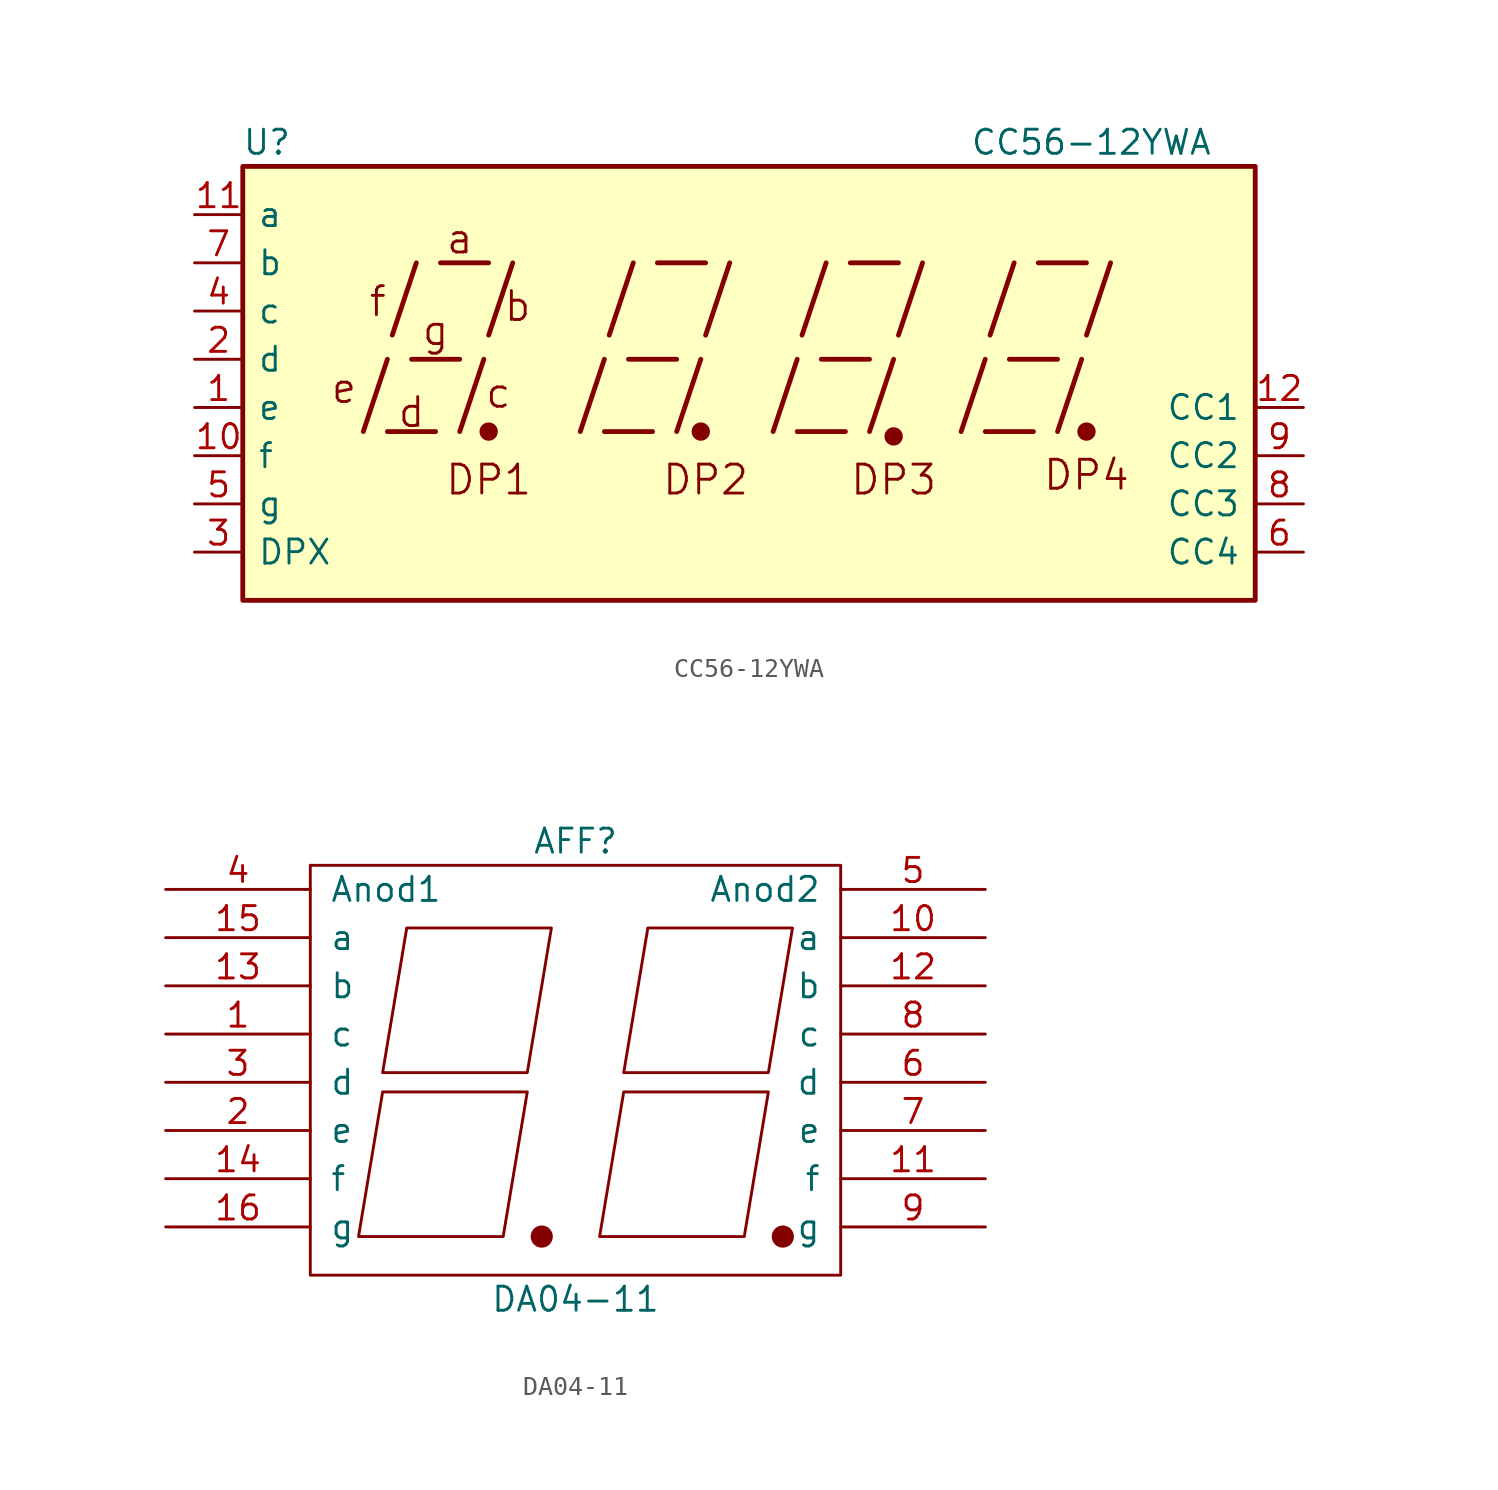
<source format=kicad_sym>
(kicad_symbol_lib
  (version 20231120)
  (generator "kicad_symbol_editor")
  (generator_version "8.0")
  (symbol "CC56-12YWA"
    (pin_names
      (offset 0.762))
    (property "Reference" "U"
      (at -24.13 11.43 0)
      (effects (font (size 1.27 1.27))))
    (property "Value" "CC56-12YWA"
      (at 19.304 11.43 0)
      (effects (font (size 1.27 1.27))))
    (symbol "CC56-12YWA_0_0"
      (rectangle (start -25.4 10.16) (end 27.94 -12.7) (stroke (width 0.254) (type default)) (fill (type background)))
      (polyline (pts (xy -19.05 -3.81) (xy -17.78 0)) (stroke (width 0.254) (type default)) (fill (type none)))
      (polyline (pts (xy -17.78 -3.81) (xy -15.24 -3.81)) (stroke (width 0.254) (type default)) (fill (type none)))
      (polyline (pts (xy -17.526 1.27) (xy -16.256 5.08)) (stroke (width 0.254) (type default)) (fill (type none)))
      (polyline (pts (xy -16.51 0) (xy -13.97 0)) (stroke (width 0.254) (type default)) (fill (type none)))
      (polyline (pts (xy -14.986 5.08) (xy -12.446 5.08)) (stroke (width 0.254) (type default)) (fill (type none)))
      (polyline (pts (xy -13.97 -3.81) (xy -12.7 0)) (stroke (width 0.254) (type default)) (fill (type none)))
      (polyline (pts (xy -12.446 1.27) (xy -11.176 5.08)) (stroke (width 0.254) (type default)) (fill (type none)))
      (polyline (pts (xy -7.62 -3.81) (xy -6.35 0)) (stroke (width 0.254) (type default)) (fill (type none)))
      (polyline (pts (xy -6.35 -3.81) (xy -3.81 -3.81)) (stroke (width 0.254) (type default)) (fill (type none)))
      (polyline (pts (xy -6.096 1.27) (xy -4.826 5.08)) (stroke (width 0.254) (type default)) (fill (type none)))
      (polyline (pts (xy -5.08 0) (xy -2.54 0)) (stroke (width 0.254) (type default)) (fill (type none)))
      (polyline (pts (xy -3.556 5.08) (xy -1.016 5.08)) (stroke (width 0.254) (type default)) (fill (type none)))
      (polyline (pts (xy -2.54 -3.81) (xy -1.27 0)) (stroke (width 0.254) (type default)) (fill (type none)))
      (polyline (pts (xy -1.016 1.27) (xy 0.254 5.08)) (stroke (width 0.254) (type default)) (fill (type none)))
      (polyline (pts (xy 2.54 -3.81) (xy 3.81 0)) (stroke (width 0.254) (type default)) (fill (type none)))
      (polyline (pts (xy 3.81 -3.81) (xy 6.35 -3.81)) (stroke (width 0.254) (type default)) (fill (type none)))
      (polyline (pts (xy 4.064 1.27) (xy 5.334 5.08)) (stroke (width 0.254) (type default)) (fill (type none)))
      (polyline (pts (xy 5.08 0) (xy 7.62 0)) (stroke (width 0.254) (type default)) (fill (type none)))
      (polyline (pts (xy 6.604 5.08) (xy 9.144 5.08)) (stroke (width 0.254) (type default)) (fill (type none)))
      (polyline (pts (xy 7.62 -3.81) (xy 8.89 0)) (stroke (width 0.254) (type default)) (fill (type none)))
      (polyline (pts (xy 9.144 1.27) (xy 10.414 5.08)) (stroke (width 0.254) (type default)) (fill (type none)))
      (polyline (pts (xy 12.446 -3.81) (xy 13.716 0)) (stroke (width 0.254) (type default)) (fill (type none)))
      (polyline (pts (xy 13.716 -3.81) (xy 16.256 -3.81)) (stroke (width 0.254) (type default)) (fill (type none)))
      (polyline (pts (xy 13.97 1.27) (xy 15.24 5.08)) (stroke (width 0.254) (type default)) (fill (type none)))
      (polyline (pts (xy 14.986 0) (xy 17.526 0)) (stroke (width 0.254) (type default)) (fill (type none)))
      (polyline (pts (xy 16.51 5.08) (xy 19.05 5.08)) (stroke (width 0.254) (type default)) (fill (type none)))
      (polyline (pts (xy 17.526 -3.81) (xy 18.796 0)) (stroke (width 0.254) (type default)) (fill (type none)))
      (polyline (pts (xy 19.05 1.27) (xy 20.32 5.08)) (stroke (width 0.254) (type default)) (fill (type none)))
      (text "a" (at -13.97 6.35 0) (effects (font (size 1.524 1.524))))
      (text "b" (at -10.922 2.794 0) (effects (font (size 1.524 1.524))))
      (text "c" (at -11.938 -1.778 0) (effects (font (size 1.524 1.524))))
      (text "d" (at -16.51 -2.794 0) (effects (font (size 1.524 1.524))))
      (text "DP1" (at -12.446 -6.35 0) (effects (font (size 1.524 1.524))))
      (text "DP2" (at -1.016 -6.35 0) (effects (font (size 1.524 1.524))))
      (text "DP3" (at 8.89 -6.35 0) (effects (font (size 1.524 1.524))))
      (text "DP4" (at 19.05 -6.096 0) (effects (font (size 1.524 1.524))))
      (text "e" (at -20.066 -1.524 0) (effects (font (size 1.524 1.524))))
      (text "f" (at -18.288 3.048 0) (effects (font (size 1.524 1.524))))
      (text "g" (at -15.24 1.524 0) (effects (font (size 1.524 1.524)))))
    (symbol "CC56-12YWA_0_1"
      (circle (center -12.446 -3.81) (radius 0.356) (stroke (width 0.254) (type default)) (fill (type outline)))
      (circle (center -1.27 -3.81) (radius 0.356) (stroke (width 0.254) (type default)) (fill (type outline))))
    (symbol "CC56-12YWA_1_0"
      (circle (center 8.89 -4.064) (radius 0.356) (stroke (width 0.254) (type default)) (fill (type outline)))
      (circle (center 19.05 -3.81) (radius 0.356) (stroke (width 0.254) (type default)) (fill (type outline))))
    (symbol "CC56-12YWA_1_1"
      (pin input line (at -27.94 -2.54 0) (length 2.54) (name "e" (effects (font (size 1.27 1.27)))) (number "1" (effects (font (size 1.27 1.27)))))
      (pin input line (at -27.94 -5.08 0) (length 2.54) (name "f" (effects (font (size 1.27 1.27)))) (number "10" (effects (font (size 1.27 1.27)))))
      (pin input line (at -27.94 7.62 0) (length 2.54) (name "a" (effects (font (size 1.27 1.27)))) (number "11" (effects (font (size 1.27 1.27)))))
      (pin input line (at 30.48 -2.54 180) (length 2.54) (name "CC1" (effects (font (size 1.27 1.27)))) (number "12" (effects (font (size 1.27 1.27)))))
      (pin input line (at -27.94 0 0) (length 2.54) (name "d" (effects (font (size 1.27 1.27)))) (number "2" (effects (font (size 1.27 1.27)))))
      (pin input line (at -27.94 -10.16 0) (length 2.54) (name "DPX" (effects (font (size 1.27 1.27)))) (number "3" (effects (font (size 1.27 1.27)))))
      (pin input line (at -27.94 2.54 0) (length 2.54) (name "c" (effects (font (size 1.27 1.27)))) (number "4" (effects (font (size 1.27 1.27)))))
      (pin input line (at -27.94 -7.62 0) (length 2.54) (name "g" (effects (font (size 1.27 1.27)))) (number "5" (effects (font (size 1.27 1.27)))))
      (pin input line (at 30.48 -10.16 180) (length 2.54) (name "CC4" (effects (font (size 1.27 1.27)))) (number "6" (effects (font (size 1.27 1.27)))))
      (pin input line (at -27.94 5.08 0) (length 2.54) (name "b" (effects (font (size 1.27 1.27)))) (number "7" (effects (font (size 1.27 1.27)))))
      (pin input line (at 30.48 -7.62 180) (length 2.54) (name "CC3" (effects (font (size 1.27 1.27)))) (number "8" (effects (font (size 1.27 1.27)))))
      (pin input line (at 30.48 -5.08 180) (length 2.54) (name "CC2" (effects (font (size 1.27 1.27)))) (number "9" (effects (font (size 1.27 1.27)))))))
  (symbol "DA04-11"
    (pin_names
      (offset 1.016))
    (property "Reference" "AFF"
      (at 0 12.7 0)
      (effects (font (size 1.27 1.27))))
    (property "Value" "DA04-11"
      (at 0 -11.43 0)
      (effects (font (size 1.27 1.27))))
    (symbol "DA04-11_0_1"
      (circle (center -1.778 -8.128) (radius 0.508) (stroke (width 0) (type default)) (fill (type outline)))
      (polyline (pts (xy -10.16 -0.508) (xy -2.54 -0.508) (xy -3.81 -8.128) (xy -11.43 -8.128) (xy -10.16 -0.508) (xy -10.16 -0.508)) (stroke (width 0) (type default)) (fill (type none)))
      (polyline (pts (xy -8.89 8.128) (xy -1.27 8.128) (xy -2.54 0.508) (xy -10.16 0.508) (xy -8.89 8.128) (xy -8.89 8.128)) (stroke (width 0) (type default)) (fill (type none)))
      (polyline (pts (xy 2.54 -0.508) (xy 10.16 -0.508) (xy 8.89 -8.128) (xy 1.27 -8.128) (xy 2.54 -0.508) (xy 2.54 -0.508)) (stroke (width 0) (type default)) (fill (type none)))
      (polyline (pts (xy 3.81 8.128) (xy 11.43 8.128) (xy 10.16 0.508) (xy 2.54 0.508) (xy 3.81 8.128) (xy 3.81 8.128)) (stroke (width 0) (type default)) (fill (type none)))
      (circle (center 10.922 -8.128) (radius 0.508) (stroke (width 0) (type default)) (fill (type outline)))
      (rectangle (start 13.97 -10.16) (end -13.97 11.43) (stroke (width 0) (type default)) (fill (type none))))
    (symbol "DA04-11_1_1"
      (pin input line (at -21.59 2.54 0) (length 7.62) (name "c" (effects (font (size 1.27 1.27)))) (number "1" (effects (font (size 1.27 1.27)))))
      (pin input line (at 21.59 7.62 180) (length 7.62) (name "a" (effects (font (size 1.27 1.27)))) (number "10" (effects (font (size 1.27 1.27)))))
      (pin input line (at 21.59 -5.08 180) (length 7.62) (name "f" (effects (font (size 1.27 1.27)))) (number "11" (effects (font (size 1.27 1.27)))))
      (pin input line (at 21.59 5.08 180) (length 7.62) (name "b" (effects (font (size 1.27 1.27)))) (number "12" (effects (font (size 1.27 1.27)))))
      (pin input line (at -21.59 5.08 0) (length 7.62) (name "b" (effects (font (size 1.27 1.27)))) (number "13" (effects (font (size 1.27 1.27)))))
      (pin input line (at -21.59 -5.08 0) (length 7.62) (name "f" (effects (font (size 1.27 1.27)))) (number "14" (effects (font (size 1.27 1.27)))))
      (pin input line (at -21.59 7.62 0) (length 7.62) (name "a" (effects (font (size 1.27 1.27)))) (number "15" (effects (font (size 1.27 1.27)))))
      (pin input line (at -21.59 -7.62 0) (length 7.62) (name "g" (effects (font (size 1.27 1.27)))) (number "16" (effects (font (size 1.27 1.27)))))
      (pin input line (at -21.59 -2.54 0) (length 7.62) (name "e" (effects (font (size 1.27 1.27)))) (number "2" (effects (font (size 1.27 1.27)))))
      (pin input line (at -21.59 0 0) (length 7.62) (name "d" (effects (font (size 1.27 1.27)))) (number "3" (effects (font (size 1.27 1.27)))))
      (pin input line (at -21.59 10.16 0) (length 7.62) (name "Anod1" (effects (font (size 1.27 1.27)))) (number "4" (effects (font (size 1.27 1.27)))))
      (pin input line (at 21.59 10.16 180) (length 7.62) (name "Anod2" (effects (font (size 1.27 1.27)))) (number "5" (effects (font (size 1.27 1.27)))))
      (pin input line (at 21.59 0 180) (length 7.62) (name "d" (effects (font (size 1.27 1.27)))) (number "6" (effects (font (size 1.27 1.27)))))
      (pin input line (at 21.59 -2.54 180) (length 7.62) (name "e" (effects (font (size 1.27 1.27)))) (number "7" (effects (font (size 1.27 1.27)))))
      (pin input line (at 21.59 2.54 180) (length 7.62) (name "c" (effects (font (size 1.27 1.27)))) (number "8" (effects (font (size 1.27 1.27)))))
      (pin input line (at 21.59 -7.62 180) (length 7.62) (name "g" (effects (font (size 1.27 1.27)))) (number "9" (effects (font (size 1.27 1.27))))))))
</source>
